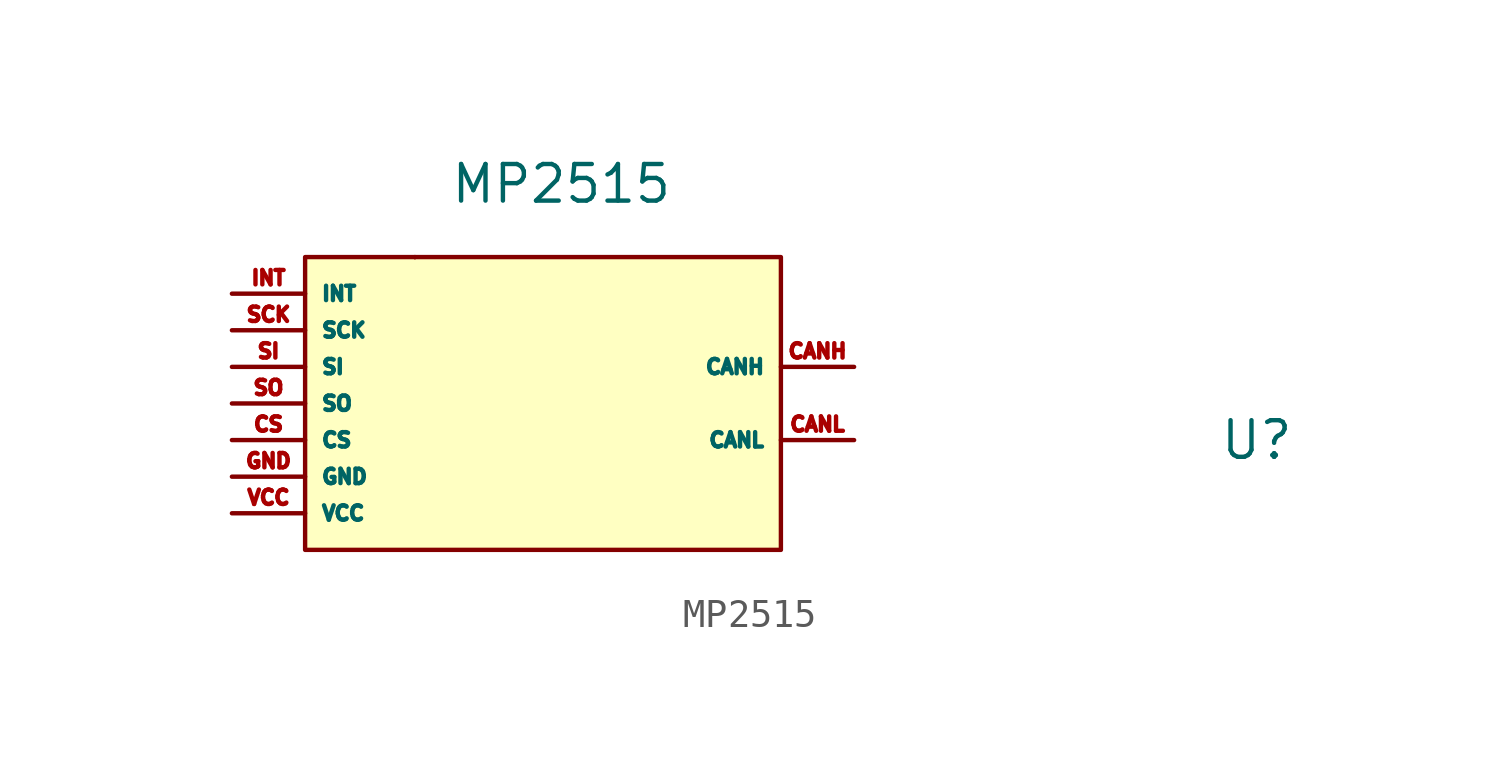
<source format=kicad_sym>
(kicad_symbol_lib
  (version 20211014)
  (generator kicad_symbol_editor)
  (symbol "MP2515"
    (property "Reference" "U"
      (at 24.13 -8.89 0)
      (effects (font (size 1.27 1.27))))
    (property "Value" "MP2515"
      (at 0 0 0)
      (effects (font (size 1.27 1.27))))
    (symbol "MP2515_0_1"
      (rectangle (start -8.89 -2.54) (end 7.62 -12.7) (stroke (width 0) (type default) (color 0 0 0 0)) (fill (type background)))
      (rectangle (start -5.08 -2.54) (end -5.08 -2.54) (stroke (width 0) (type default) (color 0 0 0 0)) (fill (type none)))
      (rectangle (start -5.08 -2.54) (end -5.08 -2.54) (stroke (width 0) (type default) (color 0 0 0 0)) (fill (type none))))
    (symbol "MP2515_1_1"
      (pin output line (at 10.16 -6.35 180) (length 2.54) (name "CANH" (effects (font (size 0.5 0.5)))) (number "CANH" (effects (font (size 0.5 0.5)))))
      (pin output line (at 10.16 -8.89 180) (length 2.54) (name "CANL" (effects (font (size 0.5 0.5)))) (number "CANL" (effects (font (size 0.5 0.5)))))
      (pin input line (at -11.43 -8.89 0) (length 2.54) (name "CS" (effects (font (size 0.5 0.5)))) (number "CS" (effects (font (size 0.5 0.5)))))
      (pin input line (at -11.43 -10.16 0) (length 2.54) (name "GND" (effects (font (size 0.5 0.5)))) (number "GND" (effects (font (size 0.5 0.5)))))
      (pin input line (at -11.43 -3.81 0) (length 2.54) (name "INT" (effects (font (size 0.5 0.5)))) (number "INT" (effects (font (size 0.5 0.5)))) (alternate "INT" input line))
      (pin input line (at -11.43 -5.08 0) (length 2.54) (name "SCK" (effects (font (size 0.5 0.5)))) (number "SCK" (effects (font (size 0.5 0.5)))))
      (pin input line (at -11.43 -6.35 0) (length 2.54) (name "SI" (effects (font (size 0.5 0.5)))) (number "SI" (effects (font (size 0.5 0.5)))))
      (pin input line (at -11.43 -7.62 0) (length 2.54) (name "SO" (effects (font (size 0.5 0.5)))) (number "SO" (effects (font (size 0.5 0.5)))))
      (pin input line (at -11.43 -11.43 0) (length 2.54) (name "VCC" (effects (font (size 0.5 0.5)))) (number "VCC" (effects (font (size 0.5 0.5))))))))
</source>
